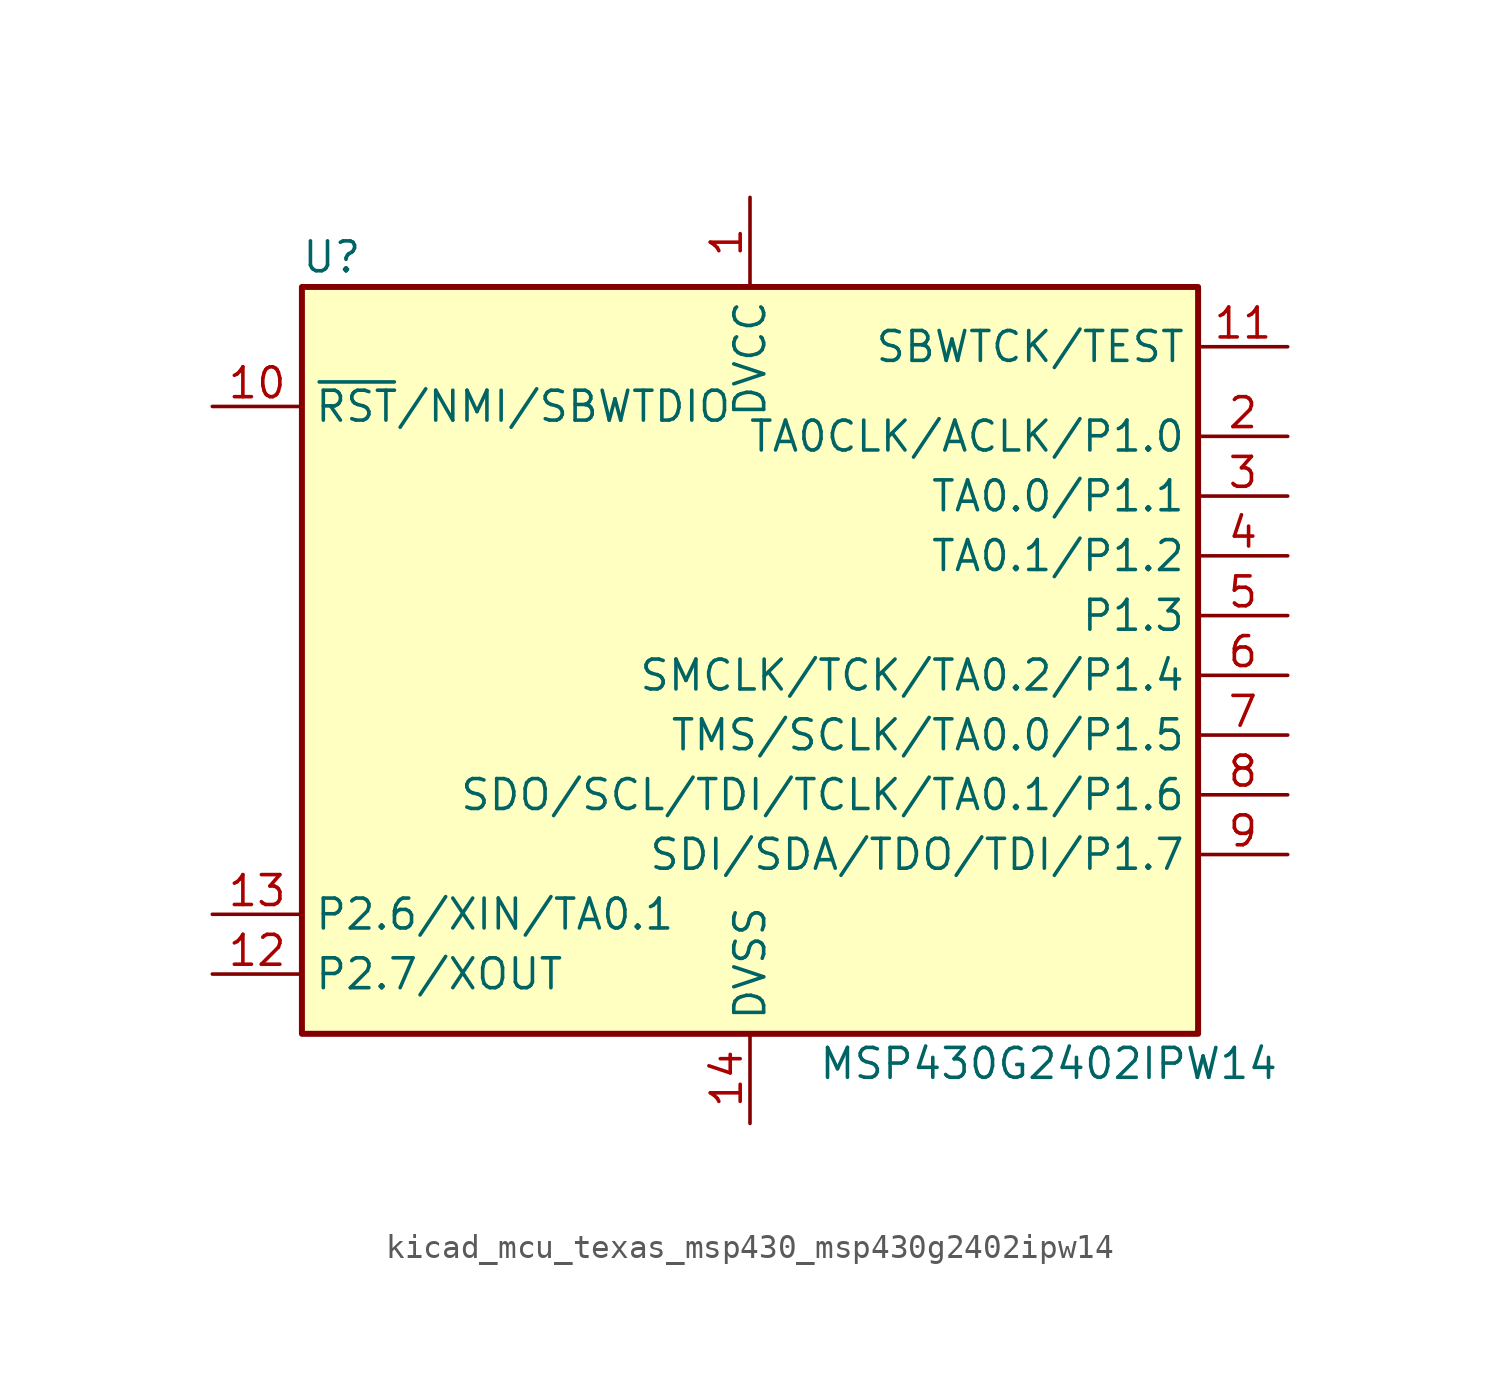
<source format=kicad_sym>
(kicad_symbol_lib
  (version 20220914)
  (generator kicad_symbol_editor)
  (symbol "kicad_mcu_texas_msp430_msp430g2402ipw14"
    (property "Reference" "U"
      (at -17.78 17.78 0)
      (effects (font (size 1.27 1.27))))
    (property "Value" "MSP430G2402IPW14"
      (at 12.7 -16.51 0)
      (effects (font (size 1.27 1.27))))
    (symbol "kicad_mcu_texas_msp430_msp430g2402ipw14_0_1"
      (rectangle (start -19.05 16.51) (end 19.05 -15.24) (stroke (width 0.254) (type default)) (fill (type background))))
    (symbol "kicad_mcu_texas_msp430_msp430g2402ipw14_1_1"
      (pin power_in line (at 0 20.32 270) (length 3.81) (name "DVCC" (effects (font (size 1.27 1.27)))) (number "1" (effects (font (size 1.27 1.27)))))
      (pin input line (at -22.86 11.43 0) (length 3.81) (name "~{RST}/NMI/SBWTDIO" (effects (font (size 1.27 1.27)))) (number "10" (effects (font (size 1.27 1.27)))))
      (pin input line (at 22.86 13.97 180) (length 3.81) (name "SBWTCK/TEST" (effects (font (size 1.27 1.27)))) (number "11" (effects (font (size 1.27 1.27)))))
      (pin bidirectional line (at -22.86 -12.7 0) (length 3.81) (name "P2.7/XOUT" (effects (font (size 1.27 1.27)))) (number "12" (effects (font (size 1.27 1.27)))))
      (pin bidirectional line (at -22.86 -10.16 0) (length 3.81) (name "P2.6/XIN/TA0.1" (effects (font (size 1.27 1.27)))) (number "13" (effects (font (size 1.27 1.27)))))
      (pin power_in line (at 0 -19.05 90) (length 3.81) (name "DVSS" (effects (font (size 1.27 1.27)))) (number "14" (effects (font (size 1.27 1.27)))))
      (pin bidirectional line (at 22.86 10.16 180) (length 3.81) (name "TA0CLK/ACLK/P1.0" (effects (font (size 1.27 1.27)))) (number "2" (effects (font (size 1.27 1.27)))))
      (pin bidirectional line (at 22.86 7.62 180) (length 3.81) (name "TA0.0/P1.1" (effects (font (size 1.27 1.27)))) (number "3" (effects (font (size 1.27 1.27)))))
      (pin bidirectional line (at 22.86 5.08 180) (length 3.81) (name "TA0.1/P1.2" (effects (font (size 1.27 1.27)))) (number "4" (effects (font (size 1.27 1.27)))))
      (pin bidirectional line (at 22.86 2.54 180) (length 3.81) (name "P1.3" (effects (font (size 1.27 1.27)))) (number "5" (effects (font (size 1.27 1.27)))))
      (pin bidirectional line (at 22.86 0 180) (length 3.81) (name "SMCLK/TCK/TA0.2/P1.4" (effects (font (size 1.27 1.27)))) (number "6" (effects (font (size 1.27 1.27)))))
      (pin bidirectional line (at 22.86 -2.54 180) (length 3.81) (name "TMS/SCLK/TA0.0/P1.5" (effects (font (size 1.27 1.27)))) (number "7" (effects (font (size 1.27 1.27)))))
      (pin bidirectional line (at 22.86 -5.08 180) (length 3.81) (name "SDO/SCL/TDI/TCLK/TA0.1/P1.6" (effects (font (size 1.27 1.27)))) (number "8" (effects (font (size 1.27 1.27)))))
      (pin bidirectional line (at 22.86 -7.62 180) (length 3.81) (name "SDI/SDA/TDO/TDI/P1.7" (effects (font (size 1.27 1.27)))) (number "9" (effects (font (size 1.27 1.27))))))))
</source>
